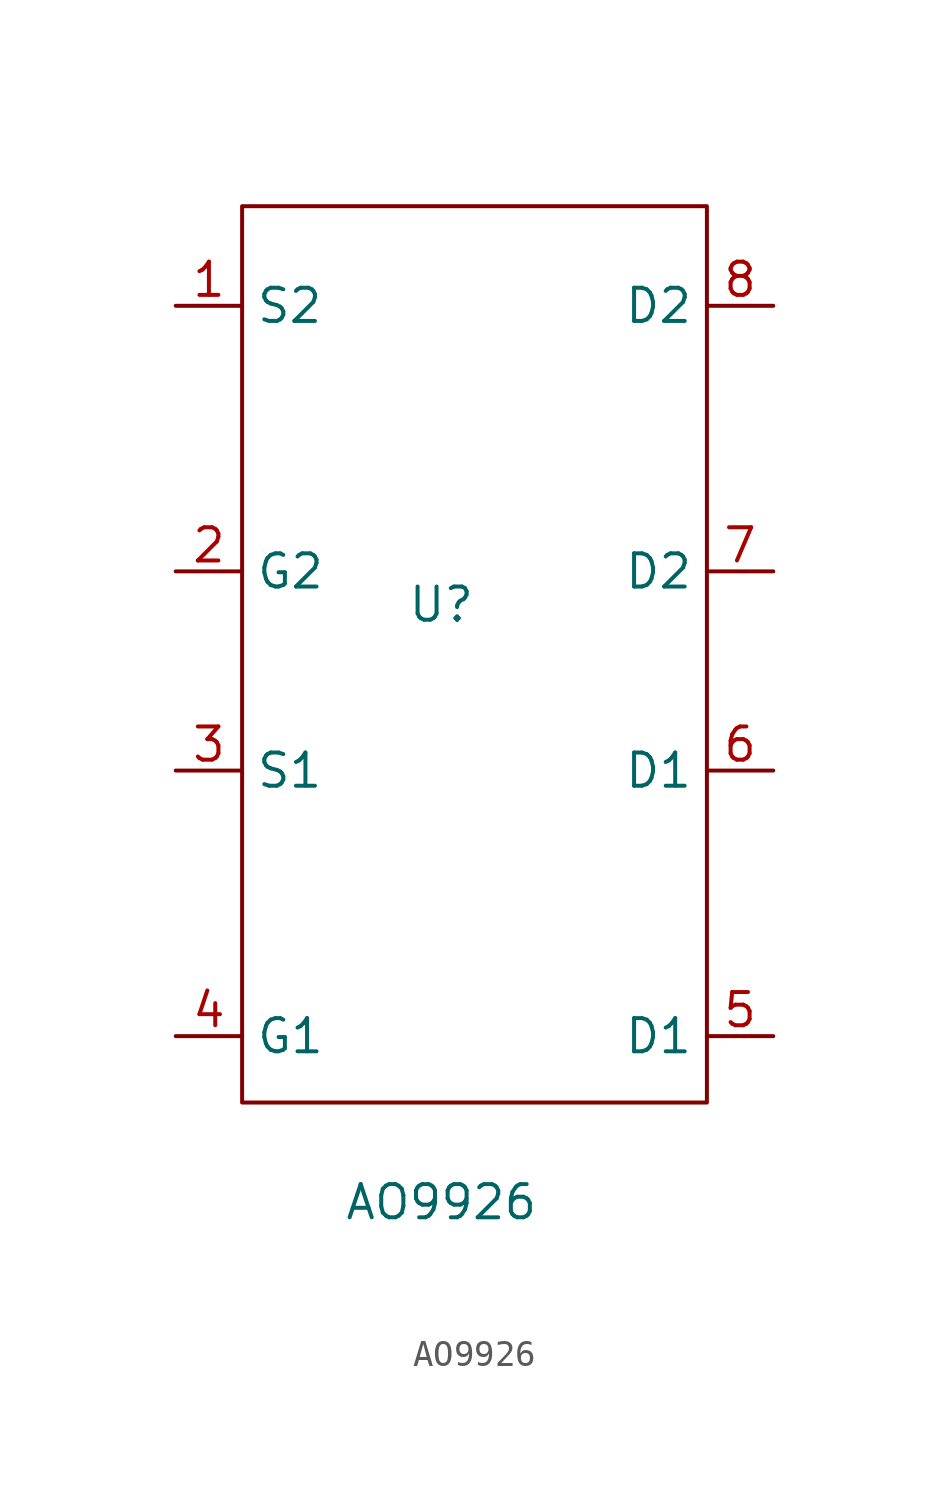
<source format=kicad_sym>
(kicad_symbol_lib
  (version 20211014)
  (generator kicad_symbol_editor)
  (symbol "AO9926"
    (property "Reference" "U"
      (at 0 0 0)
      (effects (font (size 1.27 1.27))))
    (property "Value" "AO9926"
      (at 0 -22.86 0)
      (effects (font (size 1.27 1.27))))
    (symbol "AO9926_0_1"
      (rectangle (start -7.62 15.24) (end 10.16 -19.05) (stroke (width 0) (type default) (color 0 0 0 0)) (fill (type none))))
    (symbol "AO9926_1_1"
      (pin input line (at -10.16 11.43 0) (length 2.54) (name "S2" (effects (font (size 1.27 1.27)))) (number "1" (effects (font (size 1.27 1.27)))))
      (pin input line (at -10.16 1.27 0) (length 2.54) (name "G2" (effects (font (size 1.27 1.27)))) (number "2" (effects (font (size 1.27 1.27)))))
      (pin input line (at -10.16 -6.35 0) (length 2.54) (name "S1" (effects (font (size 1.27 1.27)))) (number "3" (effects (font (size 1.27 1.27)))))
      (pin input line (at -10.16 -16.51 0) (length 2.54) (name "G1" (effects (font (size 1.27 1.27)))) (number "4" (effects (font (size 1.27 1.27)))))
      (pin input line (at 12.7 -16.51 180) (length 2.54) (name "D1" (effects (font (size 1.27 1.27)))) (number "5" (effects (font (size 1.27 1.27)))))
      (pin input line (at 12.7 -6.35 180) (length 2.54) (name "D1" (effects (font (size 1.27 1.27)))) (number "6" (effects (font (size 1.27 1.27)))))
      (pin input line (at 12.7 1.27 180) (length 2.54) (name "D2" (effects (font (size 1.27 1.27)))) (number "7" (effects (font (size 1.27 1.27)))))
      (pin input line (at 12.7 11.43 180) (length 2.54) (name "D2" (effects (font (size 1.27 1.27)))) (number "8" (effects (font (size 1.27 1.27))))))))
</source>
